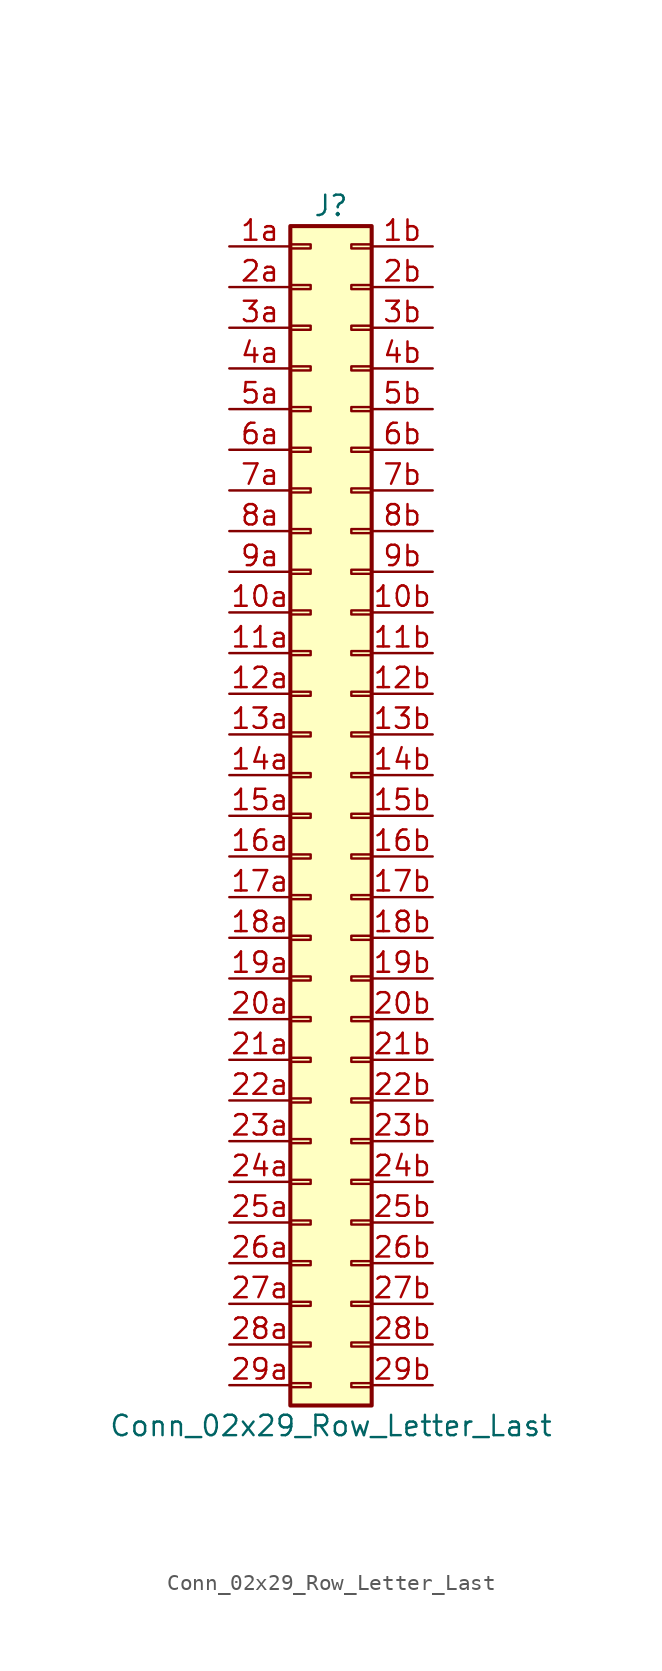
<source format=kicad_sym>
(kicad_symbol_lib
  (version 20211014)
  (generator kicad_symbol_editor)
  (symbol "Conn_02x29_Row_Letter_Last"
    (pin_names
      (offset 1.016) hide)
    (property "Reference" "J"
      (at 1.27 38.1 0)
      (effects (font (size 1.27 1.27))))
    (property "Value" "Conn_02x29_Row_Letter_Last"
      (at 1.27 -38.1 0)
      (effects (font (size 1.27 1.27))))
    (symbol "Conn_02x29_Row_Letter_Last_1_1"
      (rectangle (start -1.27 -35.433) (end 0 -35.687) (stroke (width 0.152) (type default) (color 0 0 0 0)) (fill (type none)))
      (rectangle (start -1.27 -32.893) (end 0 -33.147) (stroke (width 0.152) (type default) (color 0 0 0 0)) (fill (type none)))
      (rectangle (start -1.27 -30.353) (end 0 -30.607) (stroke (width 0.152) (type default) (color 0 0 0 0)) (fill (type none)))
      (rectangle (start -1.27 -27.813) (end 0 -28.067) (stroke (width 0.152) (type default) (color 0 0 0 0)) (fill (type none)))
      (rectangle (start -1.27 -25.273) (end 0 -25.527) (stroke (width 0.152) (type default) (color 0 0 0 0)) (fill (type none)))
      (rectangle (start -1.27 -22.733) (end 0 -22.987) (stroke (width 0.152) (type default) (color 0 0 0 0)) (fill (type none)))
      (rectangle (start -1.27 -20.193) (end 0 -20.447) (stroke (width 0.152) (type default) (color 0 0 0 0)) (fill (type none)))
      (rectangle (start -1.27 -17.653) (end 0 -17.907) (stroke (width 0.152) (type default) (color 0 0 0 0)) (fill (type none)))
      (rectangle (start -1.27 -15.113) (end 0 -15.367) (stroke (width 0.152) (type default) (color 0 0 0 0)) (fill (type none)))
      (rectangle (start -1.27 -12.573) (end 0 -12.827) (stroke (width 0.152) (type default) (color 0 0 0 0)) (fill (type none)))
      (rectangle (start -1.27 -10.033) (end 0 -10.287) (stroke (width 0.152) (type default) (color 0 0 0 0)) (fill (type none)))
      (rectangle (start -1.27 -7.493) (end 0 -7.747) (stroke (width 0.152) (type default) (color 0 0 0 0)) (fill (type none)))
      (rectangle (start -1.27 -4.953) (end 0 -5.207) (stroke (width 0.152) (type default) (color 0 0 0 0)) (fill (type none)))
      (rectangle (start -1.27 -2.413) (end 0 -2.667) (stroke (width 0.152) (type default) (color 0 0 0 0)) (fill (type none)))
      (rectangle (start -1.27 0.127) (end 0 -0.127) (stroke (width 0.152) (type default) (color 0 0 0 0)) (fill (type none)))
      (rectangle (start -1.27 2.667) (end 0 2.413) (stroke (width 0.152) (type default) (color 0 0 0 0)) (fill (type none)))
      (rectangle (start -1.27 5.207) (end 0 4.953) (stroke (width 0.152) (type default) (color 0 0 0 0)) (fill (type none)))
      (rectangle (start -1.27 7.747) (end 0 7.493) (stroke (width 0.152) (type default) (color 0 0 0 0)) (fill (type none)))
      (rectangle (start -1.27 10.287) (end 0 10.033) (stroke (width 0.152) (type default) (color 0 0 0 0)) (fill (type none)))
      (rectangle (start -1.27 12.827) (end 0 12.573) (stroke (width 0.152) (type default) (color 0 0 0 0)) (fill (type none)))
      (rectangle (start -1.27 15.367) (end 0 15.113) (stroke (width 0.152) (type default) (color 0 0 0 0)) (fill (type none)))
      (rectangle (start -1.27 17.907) (end 0 17.653) (stroke (width 0.152) (type default) (color 0 0 0 0)) (fill (type none)))
      (rectangle (start -1.27 20.447) (end 0 20.193) (stroke (width 0.152) (type default) (color 0 0 0 0)) (fill (type none)))
      (rectangle (start -1.27 22.987) (end 0 22.733) (stroke (width 0.152) (type default) (color 0 0 0 0)) (fill (type none)))
      (rectangle (start -1.27 25.527) (end 0 25.273) (stroke (width 0.152) (type default) (color 0 0 0 0)) (fill (type none)))
      (rectangle (start -1.27 28.067) (end 0 27.813) (stroke (width 0.152) (type default) (color 0 0 0 0)) (fill (type none)))
      (rectangle (start -1.27 30.607) (end 0 30.353) (stroke (width 0.152) (type default) (color 0 0 0 0)) (fill (type none)))
      (rectangle (start -1.27 33.147) (end 0 32.893) (stroke (width 0.152) (type default) (color 0 0 0 0)) (fill (type none)))
      (rectangle (start -1.27 35.687) (end 0 35.433) (stroke (width 0.152) (type default) (color 0 0 0 0)) (fill (type none)))
      (rectangle (start -1.27 36.83) (end 3.81 -36.83) (stroke (width 0.254) (type default) (color 0 0 0 0)) (fill (type background)))
      (rectangle (start 3.81 -35.433) (end 2.54 -35.687) (stroke (width 0.152) (type default) (color 0 0 0 0)) (fill (type none)))
      (rectangle (start 3.81 -32.893) (end 2.54 -33.147) (stroke (width 0.152) (type default) (color 0 0 0 0)) (fill (type none)))
      (rectangle (start 3.81 -30.353) (end 2.54 -30.607) (stroke (width 0.152) (type default) (color 0 0 0 0)) (fill (type none)))
      (rectangle (start 3.81 -27.813) (end 2.54 -28.067) (stroke (width 0.152) (type default) (color 0 0 0 0)) (fill (type none)))
      (rectangle (start 3.81 -25.273) (end 2.54 -25.527) (stroke (width 0.152) (type default) (color 0 0 0 0)) (fill (type none)))
      (rectangle (start 3.81 -22.733) (end 2.54 -22.987) (stroke (width 0.152) (type default) (color 0 0 0 0)) (fill (type none)))
      (rectangle (start 3.81 -20.193) (end 2.54 -20.447) (stroke (width 0.152) (type default) (color 0 0 0 0)) (fill (type none)))
      (rectangle (start 3.81 -17.653) (end 2.54 -17.907) (stroke (width 0.152) (type default) (color 0 0 0 0)) (fill (type none)))
      (rectangle (start 3.81 -15.113) (end 2.54 -15.367) (stroke (width 0.152) (type default) (color 0 0 0 0)) (fill (type none)))
      (rectangle (start 3.81 -12.573) (end 2.54 -12.827) (stroke (width 0.152) (type default) (color 0 0 0 0)) (fill (type none)))
      (rectangle (start 3.81 -10.033) (end 2.54 -10.287) (stroke (width 0.152) (type default) (color 0 0 0 0)) (fill (type none)))
      (rectangle (start 3.81 -7.493) (end 2.54 -7.747) (stroke (width 0.152) (type default) (color 0 0 0 0)) (fill (type none)))
      (rectangle (start 3.81 -4.953) (end 2.54 -5.207) (stroke (width 0.152) (type default) (color 0 0 0 0)) (fill (type none)))
      (rectangle (start 3.81 -2.413) (end 2.54 -2.667) (stroke (width 0.152) (type default) (color 0 0 0 0)) (fill (type none)))
      (rectangle (start 3.81 0.127) (end 2.54 -0.127) (stroke (width 0.152) (type default) (color 0 0 0 0)) (fill (type none)))
      (rectangle (start 3.81 2.667) (end 2.54 2.413) (stroke (width 0.152) (type default) (color 0 0 0 0)) (fill (type none)))
      (rectangle (start 3.81 5.207) (end 2.54 4.953) (stroke (width 0.152) (type default) (color 0 0 0 0)) (fill (type none)))
      (rectangle (start 3.81 7.747) (end 2.54 7.493) (stroke (width 0.152) (type default) (color 0 0 0 0)) (fill (type none)))
      (rectangle (start 3.81 10.287) (end 2.54 10.033) (stroke (width 0.152) (type default) (color 0 0 0 0)) (fill (type none)))
      (rectangle (start 3.81 12.827) (end 2.54 12.573) (stroke (width 0.152) (type default) (color 0 0 0 0)) (fill (type none)))
      (rectangle (start 3.81 15.367) (end 2.54 15.113) (stroke (width 0.152) (type default) (color 0 0 0 0)) (fill (type none)))
      (rectangle (start 3.81 17.907) (end 2.54 17.653) (stroke (width 0.152) (type default) (color 0 0 0 0)) (fill (type none)))
      (rectangle (start 3.81 20.447) (end 2.54 20.193) (stroke (width 0.152) (type default) (color 0 0 0 0)) (fill (type none)))
      (rectangle (start 3.81 22.987) (end 2.54 22.733) (stroke (width 0.152) (type default) (color 0 0 0 0)) (fill (type none)))
      (rectangle (start 3.81 25.527) (end 2.54 25.273) (stroke (width 0.152) (type default) (color 0 0 0 0)) (fill (type none)))
      (rectangle (start 3.81 28.067) (end 2.54 27.813) (stroke (width 0.152) (type default) (color 0 0 0 0)) (fill (type none)))
      (rectangle (start 3.81 30.607) (end 2.54 30.353) (stroke (width 0.152) (type default) (color 0 0 0 0)) (fill (type none)))
      (rectangle (start 3.81 33.147) (end 2.54 32.893) (stroke (width 0.152) (type default) (color 0 0 0 0)) (fill (type none)))
      (rectangle (start 3.81 35.687) (end 2.54 35.433) (stroke (width 0.152) (type default) (color 0 0 0 0)) (fill (type none)))
      (pin passive line (at -5.08 12.7 0) (length 3.81) (name "Pin_10a" (effects (font (size 1.27 1.27)))) (number "10a" (effects (font (size 1.27 1.27)))))
      (pin passive line (at 7.62 12.7 180) (length 3.81) (name "Pin_10b" (effects (font (size 1.27 1.27)))) (number "10b" (effects (font (size 1.27 1.27)))))
      (pin passive line (at -5.08 10.16 0) (length 3.81) (name "Pin_11a" (effects (font (size 1.27 1.27)))) (number "11a" (effects (font (size 1.27 1.27)))))
      (pin passive line (at 7.62 10.16 180) (length 3.81) (name "Pin_11b" (effects (font (size 1.27 1.27)))) (number "11b" (effects (font (size 1.27 1.27)))))
      (pin passive line (at -5.08 7.62 0) (length 3.81) (name "Pin_12a" (effects (font (size 1.27 1.27)))) (number "12a" (effects (font (size 1.27 1.27)))))
      (pin passive line (at 7.62 7.62 180) (length 3.81) (name "Pin_12b" (effects (font (size 1.27 1.27)))) (number "12b" (effects (font (size 1.27 1.27)))))
      (pin passive line (at -5.08 5.08 0) (length 3.81) (name "Pin_13a" (effects (font (size 1.27 1.27)))) (number "13a" (effects (font (size 1.27 1.27)))))
      (pin passive line (at 7.62 5.08 180) (length 3.81) (name "Pin_13b" (effects (font (size 1.27 1.27)))) (number "13b" (effects (font (size 1.27 1.27)))))
      (pin passive line (at -5.08 2.54 0) (length 3.81) (name "Pin_14a" (effects (font (size 1.27 1.27)))) (number "14a" (effects (font (size 1.27 1.27)))))
      (pin passive line (at 7.62 2.54 180) (length 3.81) (name "Pin_14b" (effects (font (size 1.27 1.27)))) (number "14b" (effects (font (size 1.27 1.27)))))
      (pin passive line (at -5.08 0 0) (length 3.81) (name "Pin_15a" (effects (font (size 1.27 1.27)))) (number "15a" (effects (font (size 1.27 1.27)))))
      (pin passive line (at 7.62 0 180) (length 3.81) (name "Pin_15b" (effects (font (size 1.27 1.27)))) (number "15b" (effects (font (size 1.27 1.27)))))
      (pin passive line (at -5.08 -2.54 0) (length 3.81) (name "Pin_16a" (effects (font (size 1.27 1.27)))) (number "16a" (effects (font (size 1.27 1.27)))))
      (pin passive line (at 7.62 -2.54 180) (length 3.81) (name "Pin_16b" (effects (font (size 1.27 1.27)))) (number "16b" (effects (font (size 1.27 1.27)))))
      (pin passive line (at -5.08 -5.08 0) (length 3.81) (name "Pin_17a" (effects (font (size 1.27 1.27)))) (number "17a" (effects (font (size 1.27 1.27)))))
      (pin passive line (at 7.62 -5.08 180) (length 3.81) (name "Pin_17b" (effects (font (size 1.27 1.27)))) (number "17b" (effects (font (size 1.27 1.27)))))
      (pin passive line (at -5.08 -7.62 0) (length 3.81) (name "Pin_18a" (effects (font (size 1.27 1.27)))) (number "18a" (effects (font (size 1.27 1.27)))))
      (pin passive line (at 7.62 -7.62 180) (length 3.81) (name "Pin_18b" (effects (font (size 1.27 1.27)))) (number "18b" (effects (font (size 1.27 1.27)))))
      (pin passive line (at -5.08 -10.16 0) (length 3.81) (name "Pin_19a" (effects (font (size 1.27 1.27)))) (number "19a" (effects (font (size 1.27 1.27)))))
      (pin passive line (at 7.62 -10.16 180) (length 3.81) (name "Pin_19b" (effects (font (size 1.27 1.27)))) (number "19b" (effects (font (size 1.27 1.27)))))
      (pin passive line (at -5.08 35.56 0) (length 3.81) (name "Pin_1a" (effects (font (size 1.27 1.27)))) (number "1a" (effects (font (size 1.27 1.27)))))
      (pin passive line (at 7.62 35.56 180) (length 3.81) (name "Pin_1b" (effects (font (size 1.27 1.27)))) (number "1b" (effects (font (size 1.27 1.27)))))
      (pin passive line (at -5.08 -12.7 0) (length 3.81) (name "Pin_20a" (effects (font (size 1.27 1.27)))) (number "20a" (effects (font (size 1.27 1.27)))))
      (pin passive line (at 7.62 -12.7 180) (length 3.81) (name "Pin_20b" (effects (font (size 1.27 1.27)))) (number "20b" (effects (font (size 1.27 1.27)))))
      (pin passive line (at -5.08 -15.24 0) (length 3.81) (name "Pin_21a" (effects (font (size 1.27 1.27)))) (number "21a" (effects (font (size 1.27 1.27)))))
      (pin passive line (at 7.62 -15.24 180) (length 3.81) (name "Pin_21b" (effects (font (size 1.27 1.27)))) (number "21b" (effects (font (size 1.27 1.27)))))
      (pin passive line (at -5.08 -17.78 0) (length 3.81) (name "Pin_22a" (effects (font (size 1.27 1.27)))) (number "22a" (effects (font (size 1.27 1.27)))))
      (pin passive line (at 7.62 -17.78 180) (length 3.81) (name "Pin_22b" (effects (font (size 1.27 1.27)))) (number "22b" (effects (font (size 1.27 1.27)))))
      (pin passive line (at -5.08 -20.32 0) (length 3.81) (name "Pin_23a" (effects (font (size 1.27 1.27)))) (number "23a" (effects (font (size 1.27 1.27)))))
      (pin passive line (at 7.62 -20.32 180) (length 3.81) (name "Pin_23b" (effects (font (size 1.27 1.27)))) (number "23b" (effects (font (size 1.27 1.27)))))
      (pin passive line (at -5.08 -22.86 0) (length 3.81) (name "Pin_24a" (effects (font (size 1.27 1.27)))) (number "24a" (effects (font (size 1.27 1.27)))))
      (pin passive line (at 7.62 -22.86 180) (length 3.81) (name "Pin_24b" (effects (font (size 1.27 1.27)))) (number "24b" (effects (font (size 1.27 1.27)))))
      (pin passive line (at -5.08 -25.4 0) (length 3.81) (name "Pin_25a" (effects (font (size 1.27 1.27)))) (number "25a" (effects (font (size 1.27 1.27)))))
      (pin passive line (at 7.62 -25.4 180) (length 3.81) (name "Pin_25b" (effects (font (size 1.27 1.27)))) (number "25b" (effects (font (size 1.27 1.27)))))
      (pin passive line (at -5.08 -27.94 0) (length 3.81) (name "Pin_26a" (effects (font (size 1.27 1.27)))) (number "26a" (effects (font (size 1.27 1.27)))))
      (pin passive line (at 7.62 -27.94 180) (length 3.81) (name "Pin_26b" (effects (font (size 1.27 1.27)))) (number "26b" (effects (font (size 1.27 1.27)))))
      (pin passive line (at -5.08 -30.48 0) (length 3.81) (name "Pin_27a" (effects (font (size 1.27 1.27)))) (number "27a" (effects (font (size 1.27 1.27)))))
      (pin passive line (at 7.62 -30.48 180) (length 3.81) (name "Pin_27b" (effects (font (size 1.27 1.27)))) (number "27b" (effects (font (size 1.27 1.27)))))
      (pin passive line (at -5.08 -33.02 0) (length 3.81) (name "Pin_28a" (effects (font (size 1.27 1.27)))) (number "28a" (effects (font (size 1.27 1.27)))))
      (pin passive line (at 7.62 -33.02 180) (length 3.81) (name "Pin_28b" (effects (font (size 1.27 1.27)))) (number "28b" (effects (font (size 1.27 1.27)))))
      (pin passive line (at -5.08 -35.56 0) (length 3.81) (name "Pin_29a" (effects (font (size 1.27 1.27)))) (number "29a" (effects (font (size 1.27 1.27)))))
      (pin passive line (at 7.62 -35.56 180) (length 3.81) (name "Pin_29b" (effects (font (size 1.27 1.27)))) (number "29b" (effects (font (size 1.27 1.27)))))
      (pin passive line (at -5.08 33.02 0) (length 3.81) (name "Pin_2a" (effects (font (size 1.27 1.27)))) (number "2a" (effects (font (size 1.27 1.27)))))
      (pin passive line (at 7.62 33.02 180) (length 3.81) (name "Pin_2b" (effects (font (size 1.27 1.27)))) (number "2b" (effects (font (size 1.27 1.27)))))
      (pin passive line (at -5.08 30.48 0) (length 3.81) (name "Pin_3a" (effects (font (size 1.27 1.27)))) (number "3a" (effects (font (size 1.27 1.27)))))
      (pin passive line (at 7.62 30.48 180) (length 3.81) (name "Pin_3b" (effects (font (size 1.27 1.27)))) (number "3b" (effects (font (size 1.27 1.27)))))
      (pin passive line (at -5.08 27.94 0) (length 3.81) (name "Pin_4a" (effects (font (size 1.27 1.27)))) (number "4a" (effects (font (size 1.27 1.27)))))
      (pin passive line (at 7.62 27.94 180) (length 3.81) (name "Pin_4b" (effects (font (size 1.27 1.27)))) (number "4b" (effects (font (size 1.27 1.27)))))
      (pin passive line (at -5.08 25.4 0) (length 3.81) (name "Pin_5a" (effects (font (size 1.27 1.27)))) (number "5a" (effects (font (size 1.27 1.27)))))
      (pin passive line (at 7.62 25.4 180) (length 3.81) (name "Pin_5b" (effects (font (size 1.27 1.27)))) (number "5b" (effects (font (size 1.27 1.27)))))
      (pin passive line (at -5.08 22.86 0) (length 3.81) (name "Pin_6a" (effects (font (size 1.27 1.27)))) (number "6a" (effects (font (size 1.27 1.27)))))
      (pin passive line (at 7.62 22.86 180) (length 3.81) (name "Pin_6b" (effects (font (size 1.27 1.27)))) (number "6b" (effects (font (size 1.27 1.27)))))
      (pin passive line (at -5.08 20.32 0) (length 3.81) (name "Pin_7a" (effects (font (size 1.27 1.27)))) (number "7a" (effects (font (size 1.27 1.27)))))
      (pin passive line (at 7.62 20.32 180) (length 3.81) (name "Pin_7b" (effects (font (size 1.27 1.27)))) (number "7b" (effects (font (size 1.27 1.27)))))
      (pin passive line (at -5.08 17.78 0) (length 3.81) (name "Pin_8a" (effects (font (size 1.27 1.27)))) (number "8a" (effects (font (size 1.27 1.27)))))
      (pin passive line (at 7.62 17.78 180) (length 3.81) (name "Pin_8b" (effects (font (size 1.27 1.27)))) (number "8b" (effects (font (size 1.27 1.27)))))
      (pin passive line (at -5.08 15.24 0) (length 3.81) (name "Pin_9a" (effects (font (size 1.27 1.27)))) (number "9a" (effects (font (size 1.27 1.27)))))
      (pin passive line (at 7.62 15.24 180) (length 3.81) (name "Pin_9b" (effects (font (size 1.27 1.27)))) (number "9b" (effects (font (size 1.27 1.27))))))))
</source>
